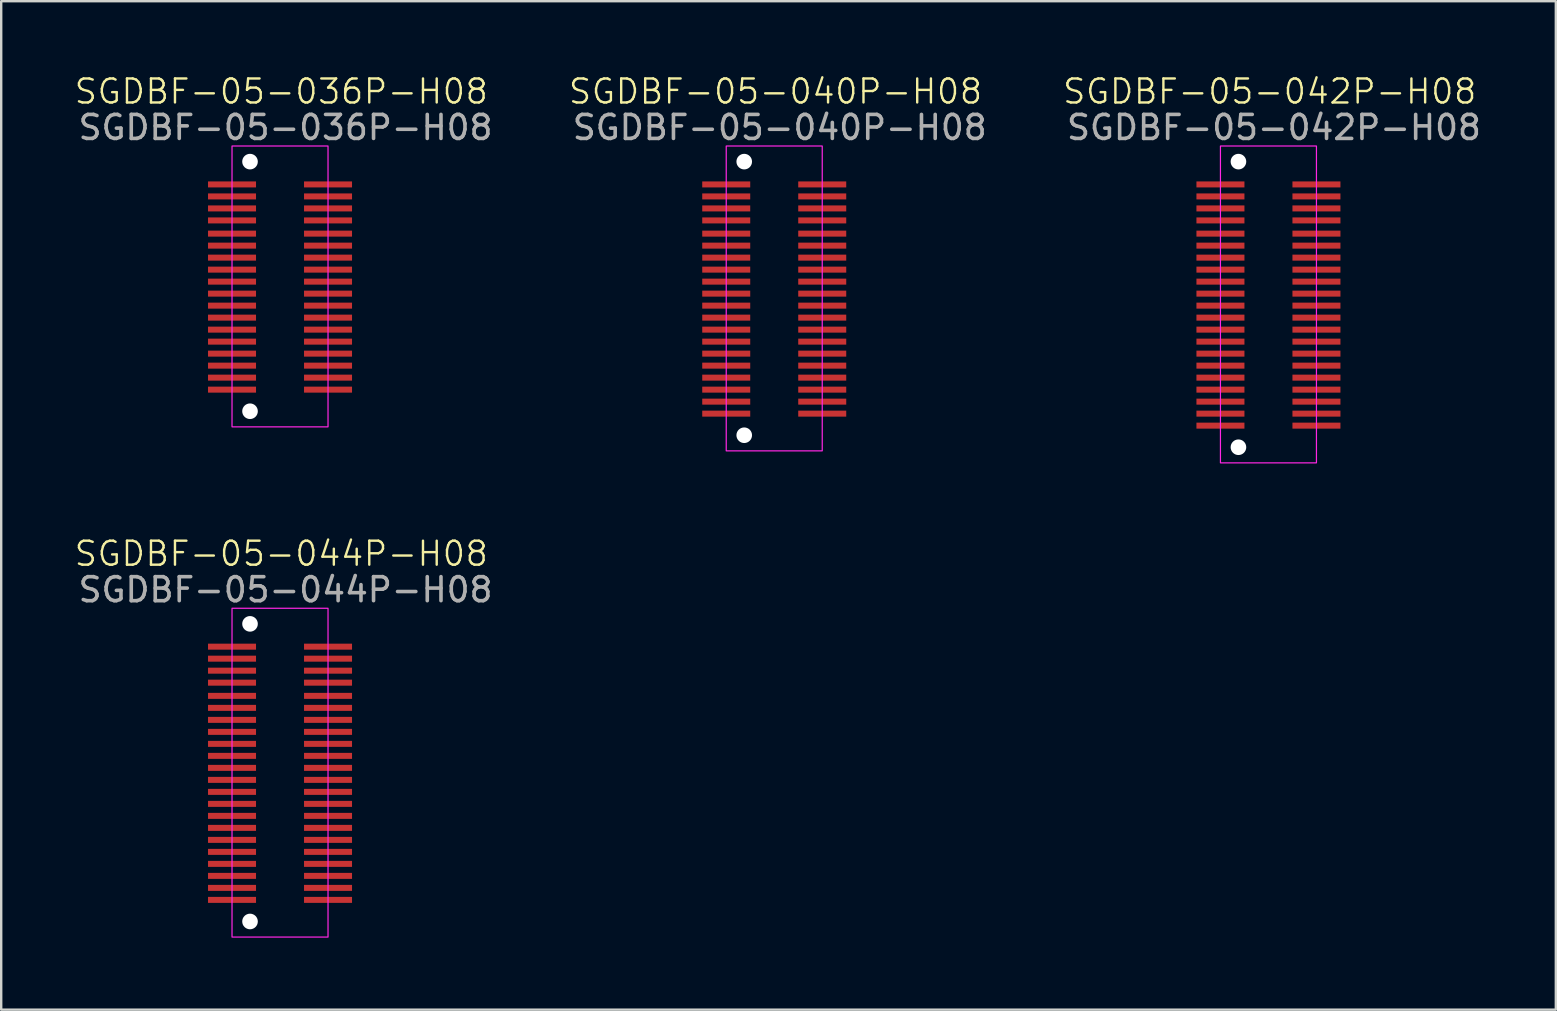
<source format=kicad_pcb>
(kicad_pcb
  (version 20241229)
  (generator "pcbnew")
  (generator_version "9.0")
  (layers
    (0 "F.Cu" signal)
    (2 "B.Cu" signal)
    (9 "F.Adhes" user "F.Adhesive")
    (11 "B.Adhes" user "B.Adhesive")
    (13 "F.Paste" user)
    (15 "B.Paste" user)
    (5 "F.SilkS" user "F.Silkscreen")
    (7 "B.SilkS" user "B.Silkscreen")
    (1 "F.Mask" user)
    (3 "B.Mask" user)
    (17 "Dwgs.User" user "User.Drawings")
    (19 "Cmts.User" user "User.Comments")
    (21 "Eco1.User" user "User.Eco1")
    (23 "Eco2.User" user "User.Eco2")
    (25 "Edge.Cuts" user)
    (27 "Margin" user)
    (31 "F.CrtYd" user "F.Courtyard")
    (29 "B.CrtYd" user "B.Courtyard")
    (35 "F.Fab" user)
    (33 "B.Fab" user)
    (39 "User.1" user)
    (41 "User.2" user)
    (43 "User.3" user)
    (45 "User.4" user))
  (footprint "SGDBF-05-036P-H08"
    (layer "F.Cu")
    (at 6.617 4.634)
    (property "Reference" "SGDBF-05-036P-H08" (at 2.052 -3.873 0) (unlocked yes) (layer "F.SilkS") (effects (font (size 1 1) (thickness 0.1))))
    (attr smd)
    (fp_rect (start 0 -1.6) (end 4 10.1) (stroke (width 0.05) (type default)) (fill no) (layer "F.CrtYd"))
    (fp_text user "${REFERENCE}" (at 2.23 -2.372 0) (unlocked yes) (layer "F.Fab") (effects (font (size 1 1) (thickness 0.15))))
    (pad "" np_thru_hole circle (at 0.75 -0.95) (size 0.65 0.65) (drill 0.65) (layers "*.Cu" "*.Mask"))
    (pad "" np_thru_hole circle (at 0.75 9.45) (size 0.65 0.65) (drill 0.65) (layers "*.Cu" "*.Mask"))
    (pad "1" smd rect (at 0 0 90) (size 0.25 2) (layers "F.Cu" "F.Mask" "F.Paste"))
    (pad "2" smd rect (at 4 0 90) (size 0.25 2) (layers "F.Cu" "F.Mask" "F.Paste"))
    (pad "3" smd rect (at 0 0.5 90) (size 0.25 2) (layers "F.Cu" "F.Mask" "F.Paste"))
    (pad "4" smd rect (at 4 0.5 90) (size 0.25 2) (layers "F.Cu" "F.Mask" "F.Paste"))
    (pad "5" smd rect (at 0 1 90) (size 0.25 2) (layers "F.Cu" "F.Mask" "F.Paste"))
    (pad "6" smd rect (at 4 1 90) (size 0.25 2) (layers "F.Cu" "F.Mask" "F.Paste"))
    (pad "7" smd rect (at 0 1.5 90) (size 0.25 2) (layers "F.Cu" "F.Mask" "F.Paste"))
    (pad "8" smd rect (at 4 1.5 90) (size 0.25 2) (layers "F.Cu" "F.Mask" "F.Paste"))
    (pad "9" smd rect (at 0 2.05 90) (size 0.25 2) (layers "F.Cu" "F.Mask" "F.Paste"))
    (pad "10" smd rect (at 4 2.05 90) (size 0.25 2) (layers "F.Cu" "F.Mask" "F.Paste"))
    (pad "11" smd rect (at 0 2.55 90) (size 0.25 2) (layers "F.Cu" "F.Mask" "F.Paste"))
    (pad "12" smd rect (at 4 2.55 90) (size 0.25 2) (layers "F.Cu" "F.Mask" "F.Paste"))
    (pad "13" smd rect (at 0 3.05 90) (size 0.25 2) (layers "F.Cu" "F.Mask" "F.Paste"))
    (pad "14" smd rect (at 4 3.05 90) (size 0.25 2) (layers "F.Cu" "F.Mask" "F.Paste"))
    (pad "15" smd rect (at 0 3.55 90) (size 0.25 2) (layers "F.Cu" "F.Mask" "F.Paste"))
    (pad "16" smd rect (at 4 3.55 90) (size 0.25 2) (layers "F.Cu" "F.Mask" "F.Paste"))
    (pad "17" smd rect (at 0 4.05 90) (size 0.25 2) (layers "F.Cu" "F.Mask" "F.Paste"))
    (pad "18" smd rect (at 4 4.05 90) (size 0.25 2) (layers "F.Cu" "F.Mask" "F.Paste"))
    (pad "19" smd rect (at 0 4.55 90) (size 0.25 2) (layers "F.Cu" "F.Mask" "F.Paste"))
    (pad "20" smd rect (at 4 4.55 90) (size 0.25 2) (layers "F.Cu" "F.Mask" "F.Paste"))
    (pad "21" smd rect (at 0 5.05 90) (size 0.25 2) (layers "F.Cu" "F.Mask" "F.Paste"))
    (pad "22" smd rect (at 4 5.05 90) (size 0.25 2) (layers "F.Cu" "F.Mask" "F.Paste"))
    (pad "23" smd rect (at 0 5.55 90) (size 0.25 2) (layers "F.Cu" "F.Mask" "F.Paste"))
    (pad "24" smd rect (at 4 5.55 90) (size 0.25 2) (layers "F.Cu" "F.Mask" "F.Paste"))
    (pad "25" smd rect (at 0 6.05 90) (size 0.25 2) (layers "F.Cu" "F.Mask" "F.Paste"))
    (pad "26" smd rect (at 4 6.05 90) (size 0.25 2) (layers "F.Cu" "F.Mask" "F.Paste"))
    (pad "27" smd rect (at 0 6.55 90) (size 0.25 2) (layers "F.Cu" "F.Mask" "F.Paste"))
    (pad "28" smd rect (at 4 6.55 90) (size 0.25 2) (layers "F.Cu" "F.Mask" "F.Paste"))
    (pad "29" smd rect (at 0 7.05 90) (size 0.25 2) (layers "F.Cu" "F.Mask" "F.Paste"))
    (pad "30" smd rect (at 4 7.05 90) (size 0.25 2) (layers "F.Cu" "F.Mask" "F.Paste"))
    (pad "31" smd rect (at 0 7.55 90) (size 0.25 2) (layers "F.Cu" "F.Mask" "F.Paste"))
    (pad "32" smd rect (at 4 7.55 90) (size 0.25 2) (layers "F.Cu" "F.Mask" "F.Paste"))
    (pad "33" smd rect (at 0 8.05 90) (size 0.25 2) (layers "F.Cu" "F.Mask" "F.Paste"))
    (pad "34" smd rect (at 4 8.05 90) (size 0.25 2) (layers "F.Cu" "F.Mask" "F.Paste"))
    (pad "35" smd rect (at 0 8.55 90) (size 0.25 2) (layers "F.Cu" "F.Mask" "F.Paste"))
    (pad "36" smd rect (at 4 8.55 90) (size 0.25 2) (layers "F.Cu" "F.Mask" "F.Paste")))
  (footprint "SGDBF-05-044P-H08"
    (layer "F.Cu")
    (at 6.617 22.293)
    (property "Reference" "SGDBF-05-044P-H08" (at 2.052 -2.273 0) (unlocked yes) (layer "F.SilkS") (effects (font (size 1 1) (thickness 0.1))))
    (attr smd)
    (fp_rect (start 0 0) (end 4 13.7) (stroke (width 0.05) (type default)) (fill no) (layer "F.CrtYd"))
    (fp_text user "${REFERENCE}" (at 2.23 -0.772 0) (unlocked yes) (layer "F.Fab") (effects (font (size 1 1) (thickness 0.15))))
    (pad "" np_thru_hole circle (at 0.75 0.65) (size 0.65 0.65) (drill 0.65) (layers "*.Cu" "*.Mask"))
    (pad "" np_thru_hole circle (at 0.75 13.05) (size 0.65 0.65) (drill 0.65) (layers "*.Cu" "*.Mask"))
    (pad "1" smd rect (at 0 1.6 90) (size 0.25 2) (layers "F.Cu" "F.Mask" "F.Paste"))
    (pad "2" smd rect (at 4 1.6 90) (size 0.25 2) (layers "F.Cu" "F.Mask" "F.Paste"))
    (pad "3" smd rect (at 0 2.1 90) (size 0.25 2) (layers "F.Cu" "F.Mask" "F.Paste"))
    (pad "4" smd rect (at 4 2.1 90) (size 0.25 2) (layers "F.Cu" "F.Mask" "F.Paste"))
    (pad "5" smd rect (at 0 2.6 90) (size 0.25 2) (layers "F.Cu" "F.Mask" "F.Paste"))
    (pad "6" smd rect (at 4 2.6 90) (size 0.25 2) (layers "F.Cu" "F.Mask" "F.Paste"))
    (pad "7" smd rect (at 0 3.1 90) (size 0.25 2) (layers "F.Cu" "F.Mask" "F.Paste"))
    (pad "8" smd rect (at 4 3.1 90) (size 0.25 2) (layers "F.Cu" "F.Mask" "F.Paste"))
    (pad "9" smd rect (at 0 3.65 90) (size 0.25 2) (layers "F.Cu" "F.Mask" "F.Paste"))
    (pad "10" smd rect (at 4 3.65 90) (size 0.25 2) (layers "F.Cu" "F.Mask" "F.Paste"))
    (pad "11" smd rect (at 0 4.15 90) (size 0.25 2) (layers "F.Cu" "F.Mask" "F.Paste"))
    (pad "12" smd rect (at 4 4.15 90) (size 0.25 2) (layers "F.Cu" "F.Mask" "F.Paste"))
    (pad "13" smd rect (at 0 4.65 90) (size 0.25 2) (layers "F.Cu" "F.Mask" "F.Paste"))
    (pad "14" smd rect (at 4 4.65 90) (size 0.25 2) (layers "F.Cu" "F.Mask" "F.Paste"))
    (pad "15" smd rect (at 0 5.15 90) (size 0.25 2) (layers "F.Cu" "F.Mask" "F.Paste"))
    (pad "16" smd rect (at 4 5.15 90) (size 0.25 2) (layers "F.Cu" "F.Mask" "F.Paste"))
    (pad "17" smd rect (at 0 5.65 90) (size 0.25 2) (layers "F.Cu" "F.Mask" "F.Paste"))
    (pad "18" smd rect (at 4 5.65 90) (size 0.25 2) (layers "F.Cu" "F.Mask" "F.Paste"))
    (pad "19" smd rect (at 0 6.15 90) (size 0.25 2) (layers "F.Cu" "F.Mask" "F.Paste"))
    (pad "20" smd rect (at 4 6.15 90) (size 0.25 2) (layers "F.Cu" "F.Mask" "F.Paste"))
    (pad "21" smd rect (at 0 6.65 90) (size 0.25 2) (layers "F.Cu" "F.Mask" "F.Paste"))
    (pad "22" smd rect (at 4 6.65 90) (size 0.25 2) (layers "F.Cu" "F.Mask" "F.Paste"))
    (pad "23" smd rect (at 0 7.15 90) (size 0.25 2) (layers "F.Cu" "F.Mask" "F.Paste"))
    (pad "24" smd rect (at 4 7.15 90) (size 0.25 2) (layers "F.Cu" "F.Mask" "F.Paste"))
    (pad "25" smd rect (at 0 7.65 90) (size 0.25 2) (layers "F.Cu" "F.Mask" "F.Paste"))
    (pad "26" smd rect (at 4 7.65 90) (size 0.25 2) (layers "F.Cu" "F.Mask" "F.Paste"))
    (pad "27" smd rect (at 0 8.15 90) (size 0.25 2) (layers "F.Cu" "F.Mask" "F.Paste"))
    (pad "28" smd rect (at 4 8.15 90) (size 0.25 2) (layers "F.Cu" "F.Mask" "F.Paste"))
    (pad "29" smd rect (at 0 8.65 90) (size 0.25 2) (layers "F.Cu" "F.Mask" "F.Paste"))
    (pad "30" smd rect (at 4 8.65 90) (size 0.25 2) (layers "F.Cu" "F.Mask" "F.Paste"))
    (pad "31" smd rect (at 0 9.15 90) (size 0.25 2) (layers "F.Cu" "F.Mask" "F.Paste"))
    (pad "32" smd rect (at 4 9.15 90) (size 0.25 2) (layers "F.Cu" "F.Mask" "F.Paste"))
    (pad "33" smd rect (at 0 9.65 90) (size 0.25 2) (layers "F.Cu" "F.Mask" "F.Paste"))
    (pad "34" smd rect (at 4 9.65 90) (size 0.25 2) (layers "F.Cu" "F.Mask" "F.Paste"))
    (pad "35" smd rect (at 0 10.15 90) (size 0.25 2) (layers "F.Cu" "F.Mask" "F.Paste"))
    (pad "36" smd rect (at 4 10.15 90) (size 0.25 2) (layers "F.Cu" "F.Mask" "F.Paste"))
    (pad "37" smd rect (at 0 10.65 90) (size 0.25 2) (layers "F.Cu" "F.Mask" "F.Paste"))
    (pad "38" smd rect (at 4 10.65 90) (size 0.25 2) (layers "F.Cu" "F.Mask" "F.Paste"))
    (pad "39" smd rect (at 0 11.15 90) (size 0.25 2) (layers "F.Cu" "F.Mask" "F.Paste"))
    (pad "40" smd rect (at 4 11.15 90) (size 0.25 2) (layers "F.Cu" "F.Mask" "F.Paste"))
    (pad "41" smd rect (at 0 11.65 90) (size 0.25 2) (layers "F.Cu" "F.Mask" "F.Paste"))
    (pad "42" smd rect (at 4 11.65 90) (size 0.25 2) (layers "F.Cu" "F.Mask" "F.Paste"))
    (pad "43" smd rect (at 0 12.15 90) (size 0.25 2) (layers "F.Cu" "F.Mask" "F.Paste"))
    (pad "44" smd rect (at 4 12.15 90) (size 0.25 2) (layers "F.Cu" "F.Mask" "F.Paste")))
  (footprint "SGDBF-05-042P-H08"
    (layer "F.Cu")
    (at 47.799 4.634)
    (property "Reference" "SGDBF-05-042P-H08" (at 2.052 -3.873 0) (unlocked yes) (layer "F.SilkS") (effects (font (size 1 1) (thickness 0.1))))
    (attr smd)
    (fp_rect (start 0 -1.6) (end 4 11.6) (stroke (width 0.05) (type default)) (fill no) (layer "F.CrtYd"))
    (fp_text user "${REFERENCE}" (at 2.23 -2.372 0) (unlocked yes) (layer "F.Fab") (effects (font (size 1 1) (thickness 0.15))))
    (pad "" np_thru_hole circle (at 0.75 -0.95) (size 0.65 0.65) (drill 0.65) (layers "*.Cu" "*.Mask"))
    (pad "" np_thru_hole circle (at 0.75 10.95) (size 0.65 0.65) (drill 0.65) (layers "*.Cu" "*.Mask"))
    (pad "1" smd rect (at 0 0 90) (size 0.25 2) (layers "F.Cu" "F.Mask" "F.Paste"))
    (pad "2" smd rect (at 4 0 90) (size 0.25 2) (layers "F.Cu" "F.Mask" "F.Paste"))
    (pad "3" smd rect (at 0 0.5 90) (size 0.25 2) (layers "F.Cu" "F.Mask" "F.Paste"))
    (pad "4" smd rect (at 4 0.5 90) (size 0.25 2) (layers "F.Cu" "F.Mask" "F.Paste"))
    (pad "5" smd rect (at 0 1 90) (size 0.25 2) (layers "F.Cu" "F.Mask" "F.Paste"))
    (pad "6" smd rect (at 4 1 90) (size 0.25 2) (layers "F.Cu" "F.Mask" "F.Paste"))
    (pad "7" smd rect (at 0 1.5 90) (size 0.25 2) (layers "F.Cu" "F.Mask" "F.Paste"))
    (pad "8" smd rect (at 4 1.5 90) (size 0.25 2) (layers "F.Cu" "F.Mask" "F.Paste"))
    (pad "9" smd rect (at 0 2.05 90) (size 0.25 2) (layers "F.Cu" "F.Mask" "F.Paste"))
    (pad "10" smd rect (at 4 2.05 90) (size 0.25 2) (layers "F.Cu" "F.Mask" "F.Paste"))
    (pad "11" smd rect (at 0 2.55 90) (size 0.25 2) (layers "F.Cu" "F.Mask" "F.Paste"))
    (pad "12" smd rect (at 4 2.55 90) (size 0.25 2) (layers "F.Cu" "F.Mask" "F.Paste"))
    (pad "13" smd rect (at 0 3.05 90) (size 0.25 2) (layers "F.Cu" "F.Mask" "F.Paste"))
    (pad "14" smd rect (at 4 3.05 90) (size 0.25 2) (layers "F.Cu" "F.Mask" "F.Paste"))
    (pad "15" smd rect (at 0 3.55 90) (size 0.25 2) (layers "F.Cu" "F.Mask" "F.Paste"))
    (pad "16" smd rect (at 4 3.55 90) (size 0.25 2) (layers "F.Cu" "F.Mask" "F.Paste"))
    (pad "17" smd rect (at 0 4.05 90) (size 0.25 2) (layers "F.Cu" "F.Mask" "F.Paste"))
    (pad "18" smd rect (at 4 4.05 90) (size 0.25 2) (layers "F.Cu" "F.Mask" "F.Paste"))
    (pad "19" smd rect (at 0 4.55 90) (size 0.25 2) (layers "F.Cu" "F.Mask" "F.Paste"))
    (pad "20" smd rect (at 4 4.55 90) (size 0.25 2) (layers "F.Cu" "F.Mask" "F.Paste"))
    (pad "21" smd rect (at 0 5.05 90) (size 0.25 2) (layers "F.Cu" "F.Mask" "F.Paste"))
    (pad "22" smd rect (at 4 5.05 90) (size 0.25 2) (layers "F.Cu" "F.Mask" "F.Paste"))
    (pad "23" smd rect (at 0 5.55 90) (size 0.25 2) (layers "F.Cu" "F.Mask" "F.Paste"))
    (pad "24" smd rect (at 4 5.55 90) (size 0.25 2) (layers "F.Cu" "F.Mask" "F.Paste"))
    (pad "25" smd rect (at 0 6.05 90) (size 0.25 2) (layers "F.Cu" "F.Mask" "F.Paste"))
    (pad "26" smd rect (at 4 6.05 90) (size 0.25 2) (layers "F.Cu" "F.Mask" "F.Paste"))
    (pad "27" smd rect (at 0 6.55 90) (size 0.25 2) (layers "F.Cu" "F.Mask" "F.Paste"))
    (pad "28" smd rect (at 4 6.55 90) (size 0.25 2) (layers "F.Cu" "F.Mask" "F.Paste"))
    (pad "29" smd rect (at 0 7.05 90) (size 0.25 2) (layers "F.Cu" "F.Mask" "F.Paste"))
    (pad "30" smd rect (at 4 7.05 90) (size 0.25 2) (layers "F.Cu" "F.Mask" "F.Paste"))
    (pad "31" smd rect (at 0 7.55 90) (size 0.25 2) (layers "F.Cu" "F.Mask" "F.Paste"))
    (pad "32" smd rect (at 4 7.55 90) (size 0.25 2) (layers "F.Cu" "F.Mask" "F.Paste"))
    (pad "33" smd rect (at 0 8.05 90) (size 0.25 2) (layers "F.Cu" "F.Mask" "F.Paste"))
    (pad "34" smd rect (at 4 8.05 90) (size 0.25 2) (layers "F.Cu" "F.Mask" "F.Paste"))
    (pad "35" smd rect (at 0 8.55 90) (size 0.25 2) (layers "F.Cu" "F.Mask" "F.Paste"))
    (pad "36" smd rect (at 4 8.55 90) (size 0.25 2) (layers "F.Cu" "F.Mask" "F.Paste"))
    (pad "37" smd rect (at 0 9.05 90) (size 0.25 2) (layers "F.Cu" "F.Mask" "F.Paste"))
    (pad "38" smd rect (at 4 9.05 90) (size 0.25 2) (layers "F.Cu" "F.Mask" "F.Paste"))
    (pad "39" smd rect (at 0 9.55 90) (size 0.25 2) (layers "F.Cu" "F.Mask" "F.Paste"))
    (pad "40" smd rect (at 4 9.55 90) (size 0.25 2) (layers "F.Cu" "F.Mask" "F.Paste"))
    (pad "41" smd rect (at 0 10.05 90) (size 0.25 2) (layers "F.Cu" "F.Mask" "F.Paste"))
    (pad "42" smd rect (at 4 10.05 90) (size 0.25 2) (layers "F.Cu" "F.Mask" "F.Paste")))
  (footprint "SGDBF-05-040P-H08"
    (layer "F.Cu")
    (at 27.208 3.034)
    (property "Reference" "SGDBF-05-040P-H08" (at 2.052 -2.273 0) (unlocked yes) (layer "F.SilkS") (effects (font (size 1 1) (thickness 0.1))))
    (attr smd)
    (fp_rect (start 0 0) (end 4 12.7) (stroke (width 0.05) (type default)) (fill no) (layer "F.CrtYd"))
    (fp_text user "${REFERENCE}" (at 2.23 -0.772 0) (unlocked yes) (layer "F.Fab") (effects (font (size 1 1) (thickness 0.15))))
    (pad "" np_thru_hole circle (at 0.75 0.65) (size 0.65 0.65) (drill 0.65) (layers "*.Cu" "*.Mask"))
    (pad "" np_thru_hole circle (at 0.75 12.05) (size 0.65 0.65) (drill 0.65) (layers "*.Cu" "*.Mask"))
    (pad "1" smd rect (at 0 1.6 90) (size 0.25 2) (layers "F.Cu" "F.Mask" "F.Paste"))
    (pad "2" smd rect (at 4 1.6 90) (size 0.25 2) (layers "F.Cu" "F.Mask" "F.Paste"))
    (pad "3" smd rect (at 0 2.1 90) (size 0.25 2) (layers "F.Cu" "F.Mask" "F.Paste"))
    (pad "4" smd rect (at 4 2.1 90) (size 0.25 2) (layers "F.Cu" "F.Mask" "F.Paste"))
    (pad "5" smd rect (at 0 2.6 90) (size 0.25 2) (layers "F.Cu" "F.Mask" "F.Paste"))
    (pad "6" smd rect (at 4 2.6 90) (size 0.25 2) (layers "F.Cu" "F.Mask" "F.Paste"))
    (pad "7" smd rect (at 0 3.1 90) (size 0.25 2) (layers "F.Cu" "F.Mask" "F.Paste"))
    (pad "8" smd rect (at 4 3.1 90) (size 0.25 2) (layers "F.Cu" "F.Mask" "F.Paste"))
    (pad "9" smd rect (at 0 3.65 90) (size 0.25 2) (layers "F.Cu" "F.Mask" "F.Paste"))
    (pad "10" smd rect (at 4 3.65 90) (size 0.25 2) (layers "F.Cu" "F.Mask" "F.Paste"))
    (pad "11" smd rect (at 0 4.15 90) (size 0.25 2) (layers "F.Cu" "F.Mask" "F.Paste"))
    (pad "12" smd rect (at 4 4.15 90) (size 0.25 2) (layers "F.Cu" "F.Mask" "F.Paste"))
    (pad "13" smd rect (at 0 4.65 90) (size 0.25 2) (layers "F.Cu" "F.Mask" "F.Paste"))
    (pad "14" smd rect (at 4 4.65 90) (size 0.25 2) (layers "F.Cu" "F.Mask" "F.Paste"))
    (pad "15" smd rect (at 0 5.15 90) (size 0.25 2) (layers "F.Cu" "F.Mask" "F.Paste"))
    (pad "16" smd rect (at 4 5.15 90) (size 0.25 2) (layers "F.Cu" "F.Mask" "F.Paste"))
    (pad "17" smd rect (at 0 5.65 90) (size 0.25 2) (layers "F.Cu" "F.Mask" "F.Paste"))
    (pad "18" smd rect (at 4 5.65 90) (size 0.25 2) (layers "F.Cu" "F.Mask" "F.Paste"))
    (pad "19" smd rect (at 0 6.15 90) (size 0.25 2) (layers "F.Cu" "F.Mask" "F.Paste"))
    (pad "20" smd rect (at 4 6.15 90) (size 0.25 2) (layers "F.Cu" "F.Mask" "F.Paste"))
    (pad "21" smd rect (at 0 6.65 90) (size 0.25 2) (layers "F.Cu" "F.Mask" "F.Paste"))
    (pad "22" smd rect (at 4 6.65 90) (size 0.25 2) (layers "F.Cu" "F.Mask" "F.Paste"))
    (pad "23" smd rect (at 0 7.15 90) (size 0.25 2) (layers "F.Cu" "F.Mask" "F.Paste"))
    (pad "24" smd rect (at 4 7.15 90) (size 0.25 2) (layers "F.Cu" "F.Mask" "F.Paste"))
    (pad "25" smd rect (at 0 7.65 90) (size 0.25 2) (layers "F.Cu" "F.Mask" "F.Paste"))
    (pad "26" smd rect (at 4 7.65 90) (size 0.25 2) (layers "F.Cu" "F.Mask" "F.Paste"))
    (pad "27" smd rect (at 0 8.15 90) (size 0.25 2) (layers "F.Cu" "F.Mask" "F.Paste"))
    (pad "28" smd rect (at 4 8.15 90) (size 0.25 2) (layers "F.Cu" "F.Mask" "F.Paste"))
    (pad "29" smd rect (at 0 8.65 90) (size 0.25 2) (layers "F.Cu" "F.Mask" "F.Paste"))
    (pad "30" smd rect (at 4 8.65 90) (size 0.25 2) (layers "F.Cu" "F.Mask" "F.Paste"))
    (pad "31" smd rect (at 0 9.15 90) (size 0.25 2) (layers "F.Cu" "F.Mask" "F.Paste"))
    (pad "32" smd rect (at 4 9.15 90) (size 0.25 2) (layers "F.Cu" "F.Mask" "F.Paste"))
    (pad "33" smd rect (at 0 9.65 90) (size 0.25 2) (layers "F.Cu" "F.Mask" "F.Paste"))
    (pad "34" smd rect (at 4 9.65 90) (size 0.25 2) (layers "F.Cu" "F.Mask" "F.Paste"))
    (pad "35" smd rect (at 0 10.15 90) (size 0.25 2) (layers "F.Cu" "F.Mask" "F.Paste"))
    (pad "36" smd rect (at 4 10.15 90) (size 0.25 2) (layers "F.Cu" "F.Mask" "F.Paste"))
    (pad "37" smd rect (at 0 10.65 90) (size 0.25 2) (layers "F.Cu" "F.Mask" "F.Paste"))
    (pad "38" smd rect (at 4 10.65 90) (size 0.25 2) (layers "F.Cu" "F.Mask" "F.Paste"))
    (pad "39" smd rect (at 0 11.15 90) (size 0.25 2) (layers "F.Cu" "F.Mask" "F.Paste"))
    (pad "40" smd rect (at 4 11.15 90) (size 0.25 2) (layers "F.Cu" "F.Mask" "F.Paste")))
  (gr_rect
    (start -3 -3)
    (end 61.773 39.018)
    (stroke (width 0.1) (type default))
    (fill no)
    (layer "Edge.Cuts")))
</source>
